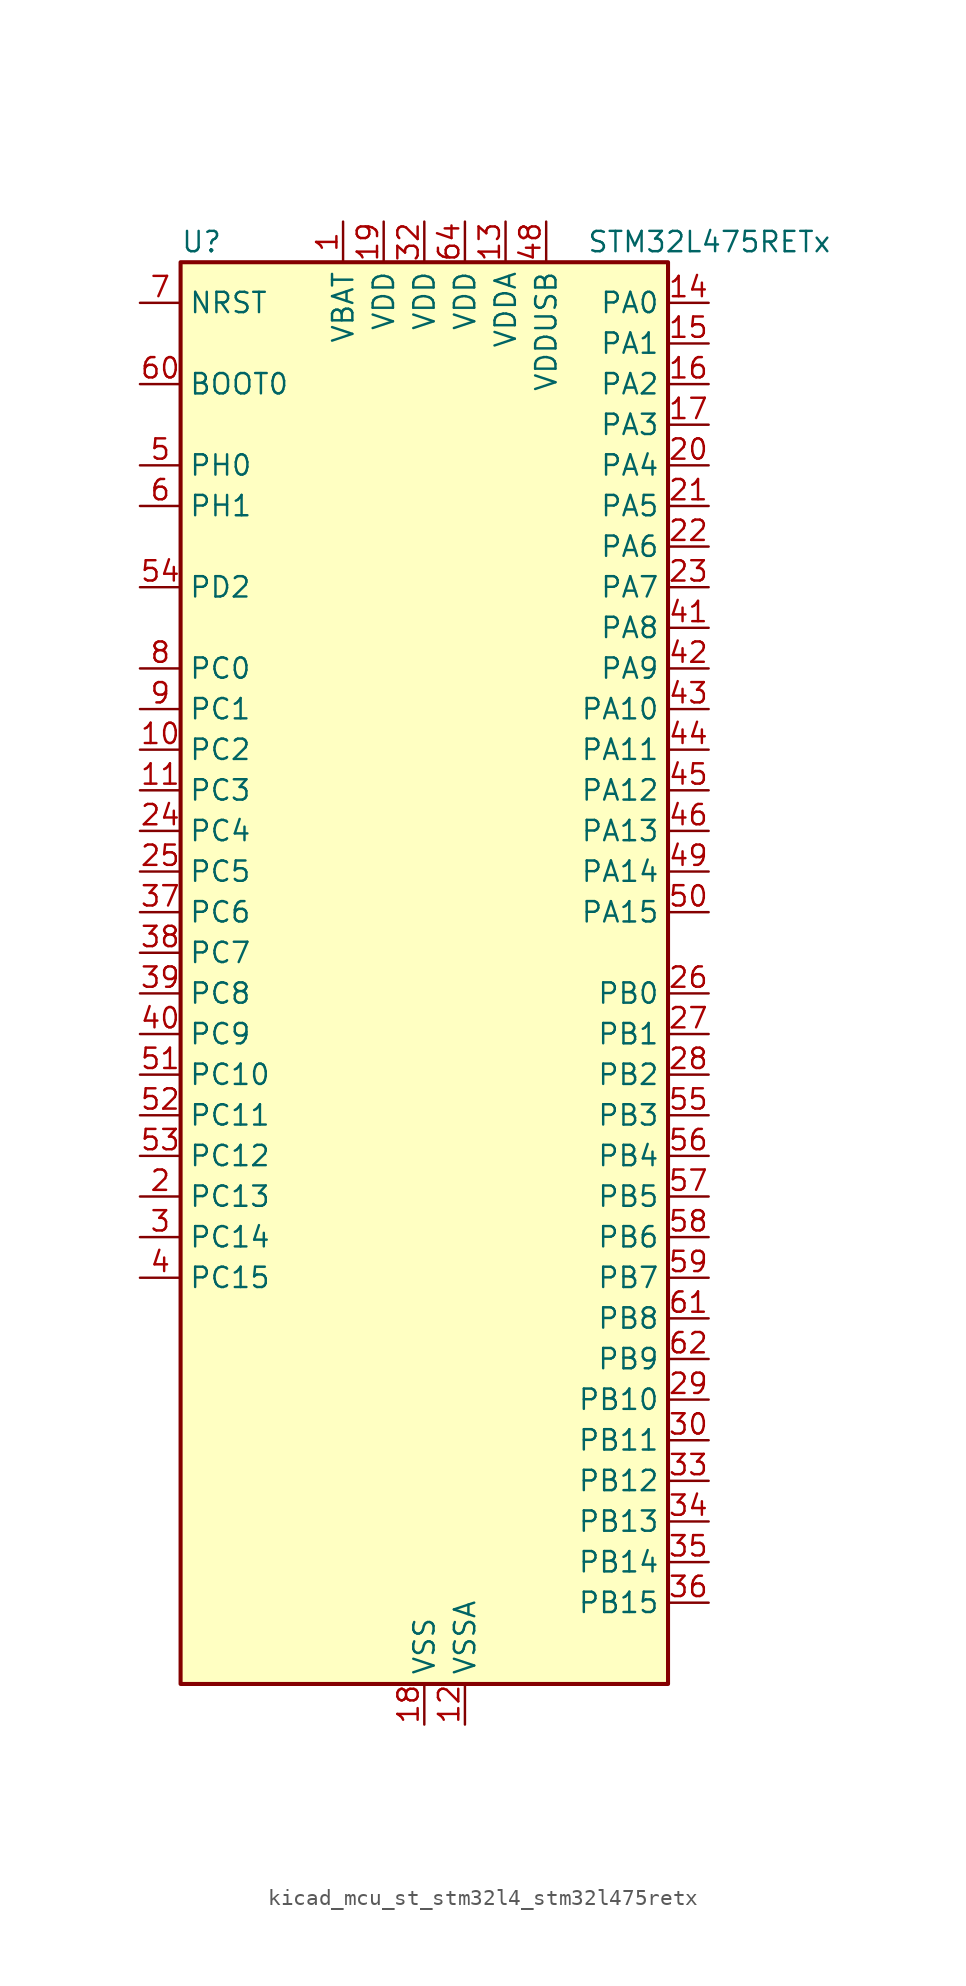
<source format=kicad_sym>
(kicad_symbol_lib
  (version 20220914)
  (generator kicad_symbol_editor)
  (symbol "kicad_mcu_st_stm32l4_stm32l475retx"
    (property "Reference" "U"
      (at -15.24 46.99 0)
      (effects (font (size 1.27 1.27)) (justify left)))
    (property "Value" "STM32L475RETx"
      (at 10.16 46.99 0)
      (effects (font (size 1.27 1.27)) (justify left)))
    (property "ki_locked" ""
      (at 0 0 0)
      (effects (font (size 1.27 1.27))))
    (symbol "kicad_mcu_st_stm32l4_stm32l475retx_0_1"
      (rectangle (start -15.24 -43.18) (end 15.24 45.72) (stroke (width 0.254) (type default)) (fill (type background))))
    (symbol "kicad_mcu_st_stm32l4_stm32l475retx_1_1"
      (pin power_in line (at -5.08 48.26 270) (length 2.54) (name "VBAT" (effects (font (size 1.27 1.27)))) (number "1" (effects (font (size 1.27 1.27)))))
      (pin bidirectional line (at -17.78 15.24 0) (length 2.54) (name "PC2" (effects (font (size 1.27 1.27)))) (number "10" (effects (font (size 1.27 1.27)))) (alternate "ADC1_IN3" bidirectional line) (alternate "ADC2_IN3" bidirectional line) (alternate "ADC3_IN3" bidirectional line) (alternate "DFSDM1_CKOUT" bidirectional line) (alternate "LPTIM1_IN2" bidirectional line) (alternate "SPI2_MISO" bidirectional line))
      (pin bidirectional line (at -17.78 12.7 0) (length 2.54) (name "PC3" (effects (font (size 1.27 1.27)))) (number "11" (effects (font (size 1.27 1.27)))) (alternate "ADC1_IN4" bidirectional line) (alternate "ADC2_IN4" bidirectional line) (alternate "ADC3_IN4" bidirectional line) (alternate "LPTIM1_ETR" bidirectional line) (alternate "LPTIM2_ETR" bidirectional line) (alternate "SAI1_SD_A" bidirectional line) (alternate "SPI2_MOSI" bidirectional line))
      (pin power_in line (at 2.54 -45.72 90) (length 2.54) (name "VSSA" (effects (font (size 1.27 1.27)))) (number "12" (effects (font (size 1.27 1.27)))))
      (pin power_in line (at 5.08 48.26 270) (length 2.54) (name "VDDA" (effects (font (size 1.27 1.27)))) (number "13" (effects (font (size 1.27 1.27)))))
      (pin bidirectional line (at 17.78 43.18 180) (length 2.54) (name "PA0" (effects (font (size 1.27 1.27)))) (number "14" (effects (font (size 1.27 1.27)))) (alternate "ADC1_IN5" bidirectional line) (alternate "ADC2_IN5" bidirectional line) (alternate "OPAMP1_VINP" bidirectional line) (alternate "RTC_TAMP2" bidirectional line) (alternate "SAI1_EXTCLK" bidirectional line) (alternate "SYS_WKUP1" bidirectional line) (alternate "TIM2_CH1" bidirectional line) (alternate "TIM2_ETR" bidirectional line) (alternate "TIM5_CH1" bidirectional line) (alternate "TIM8_ETR" bidirectional line) (alternate "UART4_TX" bidirectional line) (alternate "USART2_CTS" bidirectional line))
      (pin bidirectional line (at 17.78 40.64 180) (length 2.54) (name "PA1" (effects (font (size 1.27 1.27)))) (number "15" (effects (font (size 1.27 1.27)))) (alternate "ADC1_IN6" bidirectional line) (alternate "ADC2_IN6" bidirectional line) (alternate "OPAMP1_VINM" bidirectional line) (alternate "TIM15_CH1N" bidirectional line) (alternate "TIM2_CH2" bidirectional line) (alternate "TIM5_CH2" bidirectional line) (alternate "UART4_RX" bidirectional line) (alternate "USART2_DE" bidirectional line) (alternate "USART2_RTS" bidirectional line))
      (pin bidirectional line (at 17.78 38.1 180) (length 2.54) (name "PA2" (effects (font (size 1.27 1.27)))) (number "16" (effects (font (size 1.27 1.27)))) (alternate "ADC1_IN7" bidirectional line) (alternate "ADC2_IN7" bidirectional line) (alternate "RCC_LSCO" bidirectional line) (alternate "SAI2_EXTCLK" bidirectional line) (alternate "SYS_WKUP4" bidirectional line) (alternate "TIM15_CH1" bidirectional line) (alternate "TIM2_CH3" bidirectional line) (alternate "TIM5_CH3" bidirectional line) (alternate "USART2_TX" bidirectional line))
      (pin bidirectional line (at 17.78 35.56 180) (length 2.54) (name "PA3" (effects (font (size 1.27 1.27)))) (number "17" (effects (font (size 1.27 1.27)))) (alternate "ADC1_IN8" bidirectional line) (alternate "ADC2_IN8" bidirectional line) (alternate "OPAMP1_VOUT" bidirectional line) (alternate "TIM15_CH2" bidirectional line) (alternate "TIM2_CH4" bidirectional line) (alternate "TIM5_CH4" bidirectional line) (alternate "USART2_RX" bidirectional line))
      (pin power_in line (at 0 -45.72 90) (length 2.54) (name "VSS" (effects (font (size 1.27 1.27)))) (number "18" (effects (font (size 1.27 1.27)))))
      (pin power_in line (at -2.54 48.26 270) (length 2.54) (name "VDD" (effects (font (size 1.27 1.27)))) (number "19" (effects (font (size 1.27 1.27)))))
      (pin bidirectional line (at -17.78 -12.7 0) (length 2.54) (name "PC13" (effects (font (size 1.27 1.27)))) (number "2" (effects (font (size 1.27 1.27)))) (alternate "RTC_OUT_ALARM" bidirectional line) (alternate "RTC_OUT_CALIB" bidirectional line) (alternate "RTC_TAMP1" bidirectional line) (alternate "RTC_TS" bidirectional line) (alternate "SYS_WKUP2" bidirectional line))
      (pin bidirectional line (at 17.78 33.02 180) (length 2.54) (name "PA4" (effects (font (size 1.27 1.27)))) (number "20" (effects (font (size 1.27 1.27)))) (alternate "ADC1_IN9" bidirectional line) (alternate "ADC2_IN9" bidirectional line) (alternate "DAC1_OUT1" bidirectional line) (alternate "LPTIM2_OUT" bidirectional line) (alternate "SAI1_FS_B" bidirectional line) (alternate "SPI1_NSS" bidirectional line) (alternate "SPI3_NSS" bidirectional line) (alternate "USART2_CK" bidirectional line))
      (pin bidirectional line (at 17.78 30.48 180) (length 2.54) (name "PA5" (effects (font (size 1.27 1.27)))) (number "21" (effects (font (size 1.27 1.27)))) (alternate "ADC1_IN10" bidirectional line) (alternate "ADC2_IN10" bidirectional line) (alternate "DAC1_OUT2" bidirectional line) (alternate "LPTIM2_ETR" bidirectional line) (alternate "SPI1_SCK" bidirectional line) (alternate "TIM2_CH1" bidirectional line) (alternate "TIM2_ETR" bidirectional line) (alternate "TIM8_CH1N" bidirectional line))
      (pin bidirectional line (at 17.78 27.94 180) (length 2.54) (name "PA6" (effects (font (size 1.27 1.27)))) (number "22" (effects (font (size 1.27 1.27)))) (alternate "ADC1_IN11" bidirectional line) (alternate "ADC2_IN11" bidirectional line) (alternate "OPAMP2_VINP" bidirectional line) (alternate "QUADSPI_BK1_IO3" bidirectional line) (alternate "SPI1_MISO" bidirectional line) (alternate "TIM16_CH1" bidirectional line) (alternate "TIM1_BKIN" bidirectional line) (alternate "TIM1_BKIN_COMP2" bidirectional line) (alternate "TIM3_CH1" bidirectional line) (alternate "TIM8_BKIN" bidirectional line) (alternate "TIM8_BKIN_COMP2" bidirectional line) (alternate "USART3_CTS" bidirectional line))
      (pin bidirectional line (at 17.78 25.4 180) (length 2.54) (name "PA7" (effects (font (size 1.27 1.27)))) (number "23" (effects (font (size 1.27 1.27)))) (alternate "ADC1_IN12" bidirectional line) (alternate "ADC2_IN12" bidirectional line) (alternate "OPAMP2_VINM" bidirectional line) (alternate "QUADSPI_BK1_IO2" bidirectional line) (alternate "SPI1_MOSI" bidirectional line) (alternate "TIM17_CH1" bidirectional line) (alternate "TIM1_CH1N" bidirectional line) (alternate "TIM3_CH2" bidirectional line) (alternate "TIM8_CH1N" bidirectional line))
      (pin bidirectional line (at -17.78 10.16 0) (length 2.54) (name "PC4" (effects (font (size 1.27 1.27)))) (number "24" (effects (font (size 1.27 1.27)))) (alternate "ADC1_IN13" bidirectional line) (alternate "ADC2_IN13" bidirectional line) (alternate "COMP1_INM" bidirectional line) (alternate "USART3_TX" bidirectional line))
      (pin bidirectional line (at -17.78 7.62 0) (length 2.54) (name "PC5" (effects (font (size 1.27 1.27)))) (number "25" (effects (font (size 1.27 1.27)))) (alternate "ADC1_IN14" bidirectional line) (alternate "ADC2_IN14" bidirectional line) (alternate "COMP1_INP" bidirectional line) (alternate "SYS_WKUP5" bidirectional line) (alternate "USART3_RX" bidirectional line))
      (pin bidirectional line (at 17.78 0 180) (length 2.54) (name "PB0" (effects (font (size 1.27 1.27)))) (number "26" (effects (font (size 1.27 1.27)))) (alternate "ADC1_IN15" bidirectional line) (alternate "ADC2_IN15" bidirectional line) (alternate "COMP1_OUT" bidirectional line) (alternate "OPAMP2_VOUT" bidirectional line) (alternate "QUADSPI_BK1_IO1" bidirectional line) (alternate "TIM1_CH2N" bidirectional line) (alternate "TIM3_CH3" bidirectional line) (alternate "TIM8_CH2N" bidirectional line) (alternate "USART3_CK" bidirectional line))
      (pin bidirectional line (at 17.78 -2.54 180) (length 2.54) (name "PB1" (effects (font (size 1.27 1.27)))) (number "27" (effects (font (size 1.27 1.27)))) (alternate "ADC1_IN16" bidirectional line) (alternate "ADC2_IN16" bidirectional line) (alternate "COMP1_INM" bidirectional line) (alternate "DFSDM1_DATIN0" bidirectional line) (alternate "LPTIM2_IN1" bidirectional line) (alternate "QUADSPI_BK1_IO0" bidirectional line) (alternate "TIM1_CH3N" bidirectional line) (alternate "TIM3_CH4" bidirectional line) (alternate "TIM8_CH3N" bidirectional line) (alternate "USART3_DE" bidirectional line) (alternate "USART3_RTS" bidirectional line))
      (pin bidirectional line (at 17.78 -5.08 180) (length 2.54) (name "PB2" (effects (font (size 1.27 1.27)))) (number "28" (effects (font (size 1.27 1.27)))) (alternate "COMP1_INP" bidirectional line) (alternate "DFSDM1_CKIN0" bidirectional line) (alternate "I2C3_SMBA" bidirectional line) (alternate "LPTIM1_OUT" bidirectional line) (alternate "RTC_OUT_ALARM" bidirectional line) (alternate "RTC_OUT_CALIB" bidirectional line))
      (pin bidirectional line (at 17.78 -25.4 180) (length 2.54) (name "PB10" (effects (font (size 1.27 1.27)))) (number "29" (effects (font (size 1.27 1.27)))) (alternate "COMP1_OUT" bidirectional line) (alternate "DFSDM1_DATIN7" bidirectional line) (alternate "I2C2_SCL" bidirectional line) (alternate "LPUART1_RX" bidirectional line) (alternate "QUADSPI_CLK" bidirectional line) (alternate "SAI1_SCK_A" bidirectional line) (alternate "SPI2_SCK" bidirectional line) (alternate "TIM2_CH3" bidirectional line) (alternate "USART3_TX" bidirectional line))
      (pin bidirectional line (at -17.78 -15.24 0) (length 2.54) (name "PC14" (effects (font (size 1.27 1.27)))) (number "3" (effects (font (size 1.27 1.27)))) (alternate "RCC_OSC32_IN" bidirectional line))
      (pin bidirectional line (at 17.78 -27.94 180) (length 2.54) (name "PB11" (effects (font (size 1.27 1.27)))) (number "30" (effects (font (size 1.27 1.27)))) (alternate "ADC1_EXTI11" bidirectional line) (alternate "ADC2_EXTI11" bidirectional line) (alternate "ADC3_EXTI11" bidirectional line) (alternate "COMP2_OUT" bidirectional line) (alternate "DFSDM1_CKIN7" bidirectional line) (alternate "I2C2_SDA" bidirectional line) (alternate "LPUART1_TX" bidirectional line) (alternate "QUADSPI_NCS" bidirectional line) (alternate "TIM2_CH4" bidirectional line) (alternate "USART3_RX" bidirectional line))
      (pin passive line (at 0 -45.72 90) (length 2.54) hide (name "VSS" (effects (font (size 1.27 1.27)))) (number "31" (effects (font (size 1.27 1.27)))))
      (pin power_in line (at 0 48.26 270) (length 2.54) (name "VDD" (effects (font (size 1.27 1.27)))) (number "32" (effects (font (size 1.27 1.27)))))
      (pin bidirectional line (at 17.78 -30.48 180) (length 2.54) (name "PB12" (effects (font (size 1.27 1.27)))) (number "33" (effects (font (size 1.27 1.27)))) (alternate "DFSDM1_DATIN1" bidirectional line) (alternate "I2C2_SMBA" bidirectional line) (alternate "LPUART1_DE" bidirectional line) (alternate "LPUART1_RTS" bidirectional line) (alternate "SAI2_FS_A" bidirectional line) (alternate "SPI2_NSS" bidirectional line) (alternate "SWPMI1_IO" bidirectional line) (alternate "TIM15_BKIN" bidirectional line) (alternate "TIM1_BKIN" bidirectional line) (alternate "TIM1_BKIN_COMP2" bidirectional line) (alternate "TSC_G1_IO1" bidirectional line) (alternate "USART3_CK" bidirectional line))
      (pin bidirectional line (at 17.78 -33.02 180) (length 2.54) (name "PB13" (effects (font (size 1.27 1.27)))) (number "34" (effects (font (size 1.27 1.27)))) (alternate "DFSDM1_CKIN1" bidirectional line) (alternate "I2C2_SCL" bidirectional line) (alternate "LPUART1_CTS" bidirectional line) (alternate "SAI2_SCK_A" bidirectional line) (alternate "SPI2_SCK" bidirectional line) (alternate "SWPMI1_TX" bidirectional line) (alternate "TIM15_CH1N" bidirectional line) (alternate "TIM1_CH1N" bidirectional line) (alternate "TSC_G1_IO2" bidirectional line) (alternate "USART3_CTS" bidirectional line))
      (pin bidirectional line (at 17.78 -35.56 180) (length 2.54) (name "PB14" (effects (font (size 1.27 1.27)))) (number "35" (effects (font (size 1.27 1.27)))) (alternate "DFSDM1_DATIN2" bidirectional line) (alternate "I2C2_SDA" bidirectional line) (alternate "SAI2_MCLK_A" bidirectional line) (alternate "SPI2_MISO" bidirectional line) (alternate "SWPMI1_RX" bidirectional line) (alternate "TIM15_CH1" bidirectional line) (alternate "TIM1_CH2N" bidirectional line) (alternate "TIM8_CH2N" bidirectional line) (alternate "TSC_G1_IO3" bidirectional line) (alternate "USART3_DE" bidirectional line) (alternate "USART3_RTS" bidirectional line))
      (pin bidirectional line (at 17.78 -38.1 180) (length 2.54) (name "PB15" (effects (font (size 1.27 1.27)))) (number "36" (effects (font (size 1.27 1.27)))) (alternate "ADC1_EXTI15" bidirectional line) (alternate "ADC2_EXTI15" bidirectional line) (alternate "ADC3_EXTI15" bidirectional line) (alternate "DFSDM1_CKIN2" bidirectional line) (alternate "RTC_REFIN" bidirectional line) (alternate "SAI2_SD_A" bidirectional line) (alternate "SPI2_MOSI" bidirectional line) (alternate "SWPMI1_SUSPEND" bidirectional line) (alternate "TIM15_CH2" bidirectional line) (alternate "TIM1_CH3N" bidirectional line) (alternate "TIM8_CH3N" bidirectional line) (alternate "TSC_G1_IO4" bidirectional line))
      (pin bidirectional line (at -17.78 5.08 0) (length 2.54) (name "PC6" (effects (font (size 1.27 1.27)))) (number "37" (effects (font (size 1.27 1.27)))) (alternate "DFSDM1_CKIN3" bidirectional line) (alternate "SAI2_MCLK_A" bidirectional line) (alternate "SDMMC1_D6" bidirectional line) (alternate "TIM3_CH1" bidirectional line) (alternate "TIM8_CH1" bidirectional line) (alternate "TSC_G4_IO1" bidirectional line))
      (pin bidirectional line (at -17.78 2.54 0) (length 2.54) (name "PC7" (effects (font (size 1.27 1.27)))) (number "38" (effects (font (size 1.27 1.27)))) (alternate "DFSDM1_DATIN3" bidirectional line) (alternate "SAI2_MCLK_B" bidirectional line) (alternate "SDMMC1_D7" bidirectional line) (alternate "TIM3_CH2" bidirectional line) (alternate "TIM8_CH2" bidirectional line) (alternate "TSC_G4_IO2" bidirectional line))
      (pin bidirectional line (at -17.78 0 0) (length 2.54) (name "PC8" (effects (font (size 1.27 1.27)))) (number "39" (effects (font (size 1.27 1.27)))) (alternate "SDMMC1_D0" bidirectional line) (alternate "TIM3_CH3" bidirectional line) (alternate "TIM8_CH3" bidirectional line) (alternate "TSC_G4_IO3" bidirectional line))
      (pin bidirectional line (at -17.78 -17.78 0) (length 2.54) (name "PC15" (effects (font (size 1.27 1.27)))) (number "4" (effects (font (size 1.27 1.27)))) (alternate "ADC1_EXTI15" bidirectional line) (alternate "ADC2_EXTI15" bidirectional line) (alternate "ADC3_EXTI15" bidirectional line) (alternate "RCC_OSC32_OUT" bidirectional line))
      (pin bidirectional line (at -17.78 -2.54 0) (length 2.54) (name "PC9" (effects (font (size 1.27 1.27)))) (number "40" (effects (font (size 1.27 1.27)))) (alternate "DAC1_EXTI9" bidirectional line) (alternate "SAI2_EXTCLK" bidirectional line) (alternate "SDMMC1_D1" bidirectional line) (alternate "TIM3_CH4" bidirectional line) (alternate "TIM8_BKIN2" bidirectional line) (alternate "TIM8_BKIN2_COMP1" bidirectional line) (alternate "TIM8_CH4" bidirectional line) (alternate "TSC_G4_IO4" bidirectional line) (alternate "USB_OTG_FS_NOE" bidirectional line))
      (pin bidirectional line (at 17.78 22.86 180) (length 2.54) (name "PA8" (effects (font (size 1.27 1.27)))) (number "41" (effects (font (size 1.27 1.27)))) (alternate "LPTIM2_OUT" bidirectional line) (alternate "RCC_MCO" bidirectional line) (alternate "TIM1_CH1" bidirectional line) (alternate "USART1_CK" bidirectional line) (alternate "USB_OTG_FS_SOF" bidirectional line))
      (pin bidirectional line (at 17.78 20.32 180) (length 2.54) (name "PA9" (effects (font (size 1.27 1.27)))) (number "42" (effects (font (size 1.27 1.27)))) (alternate "DAC1_EXTI9" bidirectional line) (alternate "TIM15_BKIN" bidirectional line) (alternate "TIM1_CH2" bidirectional line) (alternate "USART1_TX" bidirectional line) (alternate "USB_OTG_FS_VBUS" bidirectional line))
      (pin bidirectional line (at 17.78 17.78 180) (length 2.54) (name "PA10" (effects (font (size 1.27 1.27)))) (number "43" (effects (font (size 1.27 1.27)))) (alternate "TIM17_BKIN" bidirectional line) (alternate "TIM1_CH3" bidirectional line) (alternate "USART1_RX" bidirectional line) (alternate "USB_OTG_FS_ID" bidirectional line))
      (pin bidirectional line (at 17.78 15.24 180) (length 2.54) (name "PA11" (effects (font (size 1.27 1.27)))) (number "44" (effects (font (size 1.27 1.27)))) (alternate "ADC1_EXTI11" bidirectional line) (alternate "ADC2_EXTI11" bidirectional line) (alternate "ADC3_EXTI11" bidirectional line) (alternate "CAN1_RX" bidirectional line) (alternate "TIM1_BKIN2" bidirectional line) (alternate "TIM1_BKIN2_COMP1" bidirectional line) (alternate "TIM1_CH4" bidirectional line) (alternate "USART1_CTS" bidirectional line) (alternate "USB_OTG_FS_DM" bidirectional line))
      (pin bidirectional line (at 17.78 12.7 180) (length 2.54) (name "PA12" (effects (font (size 1.27 1.27)))) (number "45" (effects (font (size 1.27 1.27)))) (alternate "CAN1_TX" bidirectional line) (alternate "TIM1_ETR" bidirectional line) (alternate "USART1_DE" bidirectional line) (alternate "USART1_RTS" bidirectional line) (alternate "USB_OTG_FS_DP" bidirectional line))
      (pin bidirectional line (at 17.78 10.16 180) (length 2.54) (name "PA13" (effects (font (size 1.27 1.27)))) (number "46" (effects (font (size 1.27 1.27)))) (alternate "IR_OUT" bidirectional line) (alternate "SYS_JTMS-SWDIO" bidirectional line) (alternate "USB_OTG_FS_NOE" bidirectional line))
      (pin passive line (at 0 -45.72 90) (length 2.54) hide (name "VSS" (effects (font (size 1.27 1.27)))) (number "47" (effects (font (size 1.27 1.27)))))
      (pin power_in line (at 7.62 48.26 270) (length 2.54) (name "VDDUSB" (effects (font (size 1.27 1.27)))) (number "48" (effects (font (size 1.27 1.27)))))
      (pin bidirectional line (at 17.78 7.62 180) (length 2.54) (name "PA14" (effects (font (size 1.27 1.27)))) (number "49" (effects (font (size 1.27 1.27)))) (alternate "SYS_JTCK-SWCLK" bidirectional line))
      (pin bidirectional line (at -17.78 33.02 0) (length 2.54) (name "PH0" (effects (font (size 1.27 1.27)))) (number "5" (effects (font (size 1.27 1.27)))) (alternate "RCC_OSC_IN" bidirectional line))
      (pin bidirectional line (at 17.78 5.08 180) (length 2.54) (name "PA15" (effects (font (size 1.27 1.27)))) (number "50" (effects (font (size 1.27 1.27)))) (alternate "ADC1_EXTI15" bidirectional line) (alternate "ADC2_EXTI15" bidirectional line) (alternate "ADC3_EXTI15" bidirectional line) (alternate "SAI2_FS_B" bidirectional line) (alternate "SPI1_NSS" bidirectional line) (alternate "SPI3_NSS" bidirectional line) (alternate "SYS_JTDI" bidirectional line) (alternate "TIM2_CH1" bidirectional line) (alternate "TIM2_ETR" bidirectional line) (alternate "TSC_G3_IO1" bidirectional line) (alternate "UART4_DE" bidirectional line) (alternate "UART4_RTS" bidirectional line))
      (pin bidirectional line (at -17.78 -5.08 0) (length 2.54) (name "PC10" (effects (font (size 1.27 1.27)))) (number "51" (effects (font (size 1.27 1.27)))) (alternate "SAI2_SCK_B" bidirectional line) (alternate "SDMMC1_D2" bidirectional line) (alternate "SPI3_SCK" bidirectional line) (alternate "TSC_G3_IO2" bidirectional line) (alternate "UART4_TX" bidirectional line) (alternate "USART3_TX" bidirectional line))
      (pin bidirectional line (at -17.78 -7.62 0) (length 2.54) (name "PC11" (effects (font (size 1.27 1.27)))) (number "52" (effects (font (size 1.27 1.27)))) (alternate "ADC1_EXTI11" bidirectional line) (alternate "ADC2_EXTI11" bidirectional line) (alternate "ADC3_EXTI11" bidirectional line) (alternate "SAI2_MCLK_B" bidirectional line) (alternate "SDMMC1_D3" bidirectional line) (alternate "SPI3_MISO" bidirectional line) (alternate "TSC_G3_IO3" bidirectional line) (alternate "UART4_RX" bidirectional line) (alternate "USART3_RX" bidirectional line))
      (pin bidirectional line (at -17.78 -10.16 0) (length 2.54) (name "PC12" (effects (font (size 1.27 1.27)))) (number "53" (effects (font (size 1.27 1.27)))) (alternate "SAI2_SD_B" bidirectional line) (alternate "SDMMC1_CK" bidirectional line) (alternate "SPI3_MOSI" bidirectional line) (alternate "TSC_G3_IO4" bidirectional line) (alternate "UART5_TX" bidirectional line) (alternate "USART3_CK" bidirectional line))
      (pin bidirectional line (at -17.78 25.4 0) (length 2.54) (name "PD2" (effects (font (size 1.27 1.27)))) (number "54" (effects (font (size 1.27 1.27)))) (alternate "SDMMC1_CMD" bidirectional line) (alternate "TIM3_ETR" bidirectional line) (alternate "TSC_SYNC" bidirectional line) (alternate "UART5_RX" bidirectional line) (alternate "USART3_DE" bidirectional line) (alternate "USART3_RTS" bidirectional line))
      (pin bidirectional line (at 17.78 -7.62 180) (length 2.54) (name "PB3" (effects (font (size 1.27 1.27)))) (number "55" (effects (font (size 1.27 1.27)))) (alternate "COMP2_INM" bidirectional line) (alternate "SAI1_SCK_B" bidirectional line) (alternate "SPI1_SCK" bidirectional line) (alternate "SPI3_SCK" bidirectional line) (alternate "SYS_JTDO-SWO" bidirectional line) (alternate "TIM2_CH2" bidirectional line) (alternate "USART1_DE" bidirectional line) (alternate "USART1_RTS" bidirectional line))
      (pin bidirectional line (at 17.78 -10.16 180) (length 2.54) (name "PB4" (effects (font (size 1.27 1.27)))) (number "56" (effects (font (size 1.27 1.27)))) (alternate "COMP2_INP" bidirectional line) (alternate "SAI1_MCLK_B" bidirectional line) (alternate "SPI1_MISO" bidirectional line) (alternate "SPI3_MISO" bidirectional line) (alternate "SYS_JTRST" bidirectional line) (alternate "TIM17_BKIN" bidirectional line) (alternate "TIM3_CH1" bidirectional line) (alternate "TSC_G2_IO1" bidirectional line) (alternate "UART5_DE" bidirectional line) (alternate "UART5_RTS" bidirectional line) (alternate "USART1_CTS" bidirectional line))
      (pin bidirectional line (at 17.78 -12.7 180) (length 2.54) (name "PB5" (effects (font (size 1.27 1.27)))) (number "57" (effects (font (size 1.27 1.27)))) (alternate "COMP2_OUT" bidirectional line) (alternate "I2C1_SMBA" bidirectional line) (alternate "LPTIM1_IN1" bidirectional line) (alternate "SAI1_SD_B" bidirectional line) (alternate "SPI1_MOSI" bidirectional line) (alternate "SPI3_MOSI" bidirectional line) (alternate "TIM16_BKIN" bidirectional line) (alternate "TIM3_CH2" bidirectional line) (alternate "TSC_G2_IO2" bidirectional line) (alternate "UART5_CTS" bidirectional line) (alternate "USART1_CK" bidirectional line))
      (pin bidirectional line (at 17.78 -15.24 180) (length 2.54) (name "PB6" (effects (font (size 1.27 1.27)))) (number "58" (effects (font (size 1.27 1.27)))) (alternate "COMP2_INP" bidirectional line) (alternate "DFSDM1_DATIN5" bidirectional line) (alternate "I2C1_SCL" bidirectional line) (alternate "LPTIM1_ETR" bidirectional line) (alternate "SAI1_FS_B" bidirectional line) (alternate "TIM16_CH1N" bidirectional line) (alternate "TIM4_CH1" bidirectional line) (alternate "TIM8_BKIN2" bidirectional line) (alternate "TIM8_BKIN2_COMP2" bidirectional line) (alternate "TSC_G2_IO3" bidirectional line) (alternate "USART1_TX" bidirectional line))
      (pin bidirectional line (at 17.78 -17.78 180) (length 2.54) (name "PB7" (effects (font (size 1.27 1.27)))) (number "59" (effects (font (size 1.27 1.27)))) (alternate "COMP2_INM" bidirectional line) (alternate "DFSDM1_CKIN5" bidirectional line) (alternate "I2C1_SDA" bidirectional line) (alternate "LPTIM1_IN2" bidirectional line) (alternate "SYS_PVD_IN" bidirectional line) (alternate "TIM17_CH1N" bidirectional line) (alternate "TIM4_CH2" bidirectional line) (alternate "TIM8_BKIN" bidirectional line) (alternate "TIM8_BKIN_COMP1" bidirectional line) (alternate "TSC_G2_IO4" bidirectional line) (alternate "UART4_CTS" bidirectional line) (alternate "USART1_RX" bidirectional line))
      (pin bidirectional line (at -17.78 30.48 0) (length 2.54) (name "PH1" (effects (font (size 1.27 1.27)))) (number "6" (effects (font (size 1.27 1.27)))) (alternate "RCC_OSC_OUT" bidirectional line))
      (pin input line (at -17.78 38.1 0) (length 2.54) (name "BOOT0" (effects (font (size 1.27 1.27)))) (number "60" (effects (font (size 1.27 1.27)))))
      (pin bidirectional line (at 17.78 -20.32 180) (length 2.54) (name "PB8" (effects (font (size 1.27 1.27)))) (number "61" (effects (font (size 1.27 1.27)))) (alternate "CAN1_RX" bidirectional line) (alternate "DFSDM1_DATIN6" bidirectional line) (alternate "I2C1_SCL" bidirectional line) (alternate "SAI1_MCLK_A" bidirectional line) (alternate "SDMMC1_D4" bidirectional line) (alternate "TIM16_CH1" bidirectional line) (alternate "TIM4_CH3" bidirectional line))
      (pin bidirectional line (at 17.78 -22.86 180) (length 2.54) (name "PB9" (effects (font (size 1.27 1.27)))) (number "62" (effects (font (size 1.27 1.27)))) (alternate "CAN1_TX" bidirectional line) (alternate "DAC1_EXTI9" bidirectional line) (alternate "DFSDM1_CKIN6" bidirectional line) (alternate "I2C1_SDA" bidirectional line) (alternate "IR_OUT" bidirectional line) (alternate "SAI1_FS_A" bidirectional line) (alternate "SDMMC1_D5" bidirectional line) (alternate "SPI2_NSS" bidirectional line) (alternate "TIM17_CH1" bidirectional line) (alternate "TIM4_CH4" bidirectional line))
      (pin passive line (at 0 -45.72 90) (length 2.54) hide (name "VSS" (effects (font (size 1.27 1.27)))) (number "63" (effects (font (size 1.27 1.27)))))
      (pin power_in line (at 2.54 48.26 270) (length 2.54) (name "VDD" (effects (font (size 1.27 1.27)))) (number "64" (effects (font (size 1.27 1.27)))))
      (pin input line (at -17.78 43.18 0) (length 2.54) (name "NRST" (effects (font (size 1.27 1.27)))) (number "7" (effects (font (size 1.27 1.27)))))
      (pin bidirectional line (at -17.78 20.32 0) (length 2.54) (name "PC0" (effects (font (size 1.27 1.27)))) (number "8" (effects (font (size 1.27 1.27)))) (alternate "ADC1_IN1" bidirectional line) (alternate "ADC2_IN1" bidirectional line) (alternate "ADC3_IN1" bidirectional line) (alternate "DFSDM1_DATIN4" bidirectional line) (alternate "I2C3_SCL" bidirectional line) (alternate "LPTIM1_IN1" bidirectional line) (alternate "LPTIM2_IN1" bidirectional line) (alternate "LPUART1_RX" bidirectional line))
      (pin bidirectional line (at -17.78 17.78 0) (length 2.54) (name "PC1" (effects (font (size 1.27 1.27)))) (number "9" (effects (font (size 1.27 1.27)))) (alternate "ADC1_IN2" bidirectional line) (alternate "ADC2_IN2" bidirectional line) (alternate "ADC3_IN2" bidirectional line) (alternate "DFSDM1_CKIN4" bidirectional line) (alternate "I2C3_SDA" bidirectional line) (alternate "LPTIM1_OUT" bidirectional line) (alternate "LPUART1_TX" bidirectional line)))))
</source>
